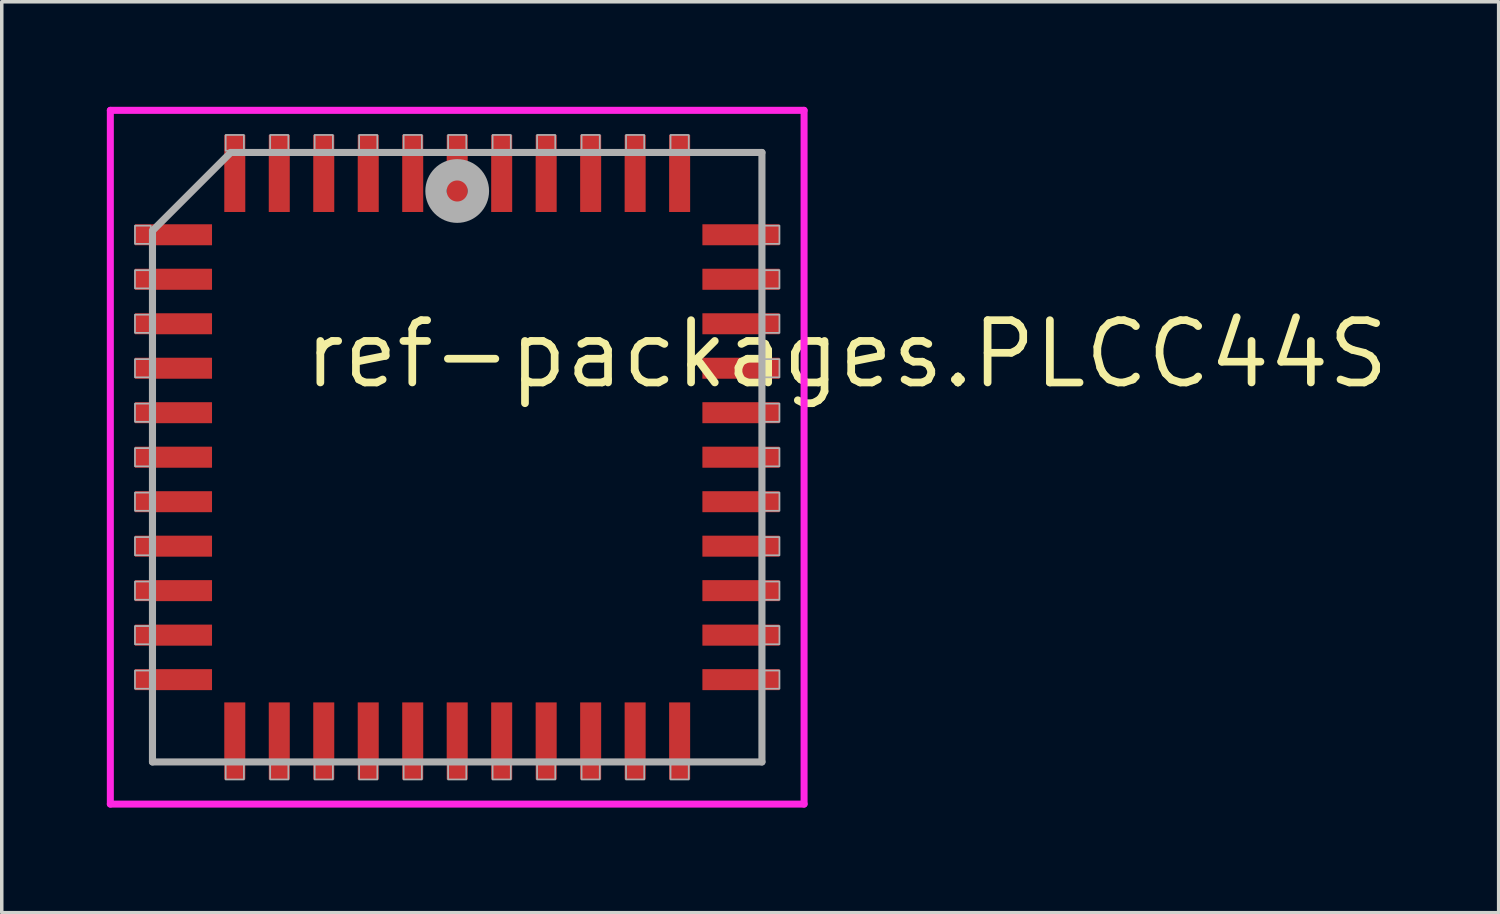
<source format=kicad_pcb>
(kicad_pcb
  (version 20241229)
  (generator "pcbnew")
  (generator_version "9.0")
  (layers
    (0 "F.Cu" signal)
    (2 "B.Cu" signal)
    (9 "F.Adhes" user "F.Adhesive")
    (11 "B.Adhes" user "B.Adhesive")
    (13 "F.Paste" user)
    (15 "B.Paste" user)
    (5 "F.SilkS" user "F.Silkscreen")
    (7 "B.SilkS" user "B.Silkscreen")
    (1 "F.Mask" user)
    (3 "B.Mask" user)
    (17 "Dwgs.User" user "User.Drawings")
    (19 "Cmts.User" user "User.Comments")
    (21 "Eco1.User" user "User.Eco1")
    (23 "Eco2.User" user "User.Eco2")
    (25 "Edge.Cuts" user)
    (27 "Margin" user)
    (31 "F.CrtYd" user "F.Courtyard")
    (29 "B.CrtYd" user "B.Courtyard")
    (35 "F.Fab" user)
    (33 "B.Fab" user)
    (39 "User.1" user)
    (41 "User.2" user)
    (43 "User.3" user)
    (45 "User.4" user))
  (footprint "ref-packages.PLCC44S"
    (layer "F.Cu")
    (at 10.003 10.003)
    (property "Reference" "ref-packages.PLCC44S" (at -4.475 -1.905 0) (layer "F.SilkS") (effects (font (size 1.778 1.778) (thickness 0.22)) (justify left bottom)))
    (attr smd)
    (fp_line (start -9.903 -9.903) (end 9.903 -9.903) (stroke (width 0.2) (type default)) (layer "F.CrtYd"))
    (fp_line (start -9.903 9.903) (end -9.903 -9.903) (stroke (width 0.2) (type default)) (layer "F.CrtYd"))
    (fp_line (start 9.903 -9.903) (end 9.903 9.903) (stroke (width 0.2) (type default)) (layer "F.CrtYd"))
    (fp_line (start 9.903 9.903) (end -9.903 9.903) (stroke (width 0.2) (type default)) (layer "F.CrtYd"))
    (fp_line (start -8.7 -6.465) (end -8.7 8.7) (stroke (width 0.203) (type default)) (layer "F.Fab"))
    (fp_line (start -8.7 8.7) (end 8.7 8.7) (stroke (width 0.203) (type default)) (layer "F.Fab"))
    (fp_line (start -6.465 -8.7) (end -8.7 -6.465) (stroke (width 0.203) (type default)) (layer "F.Fab"))
    (fp_line (start 8.7 -8.7) (end -6.465 -8.7) (stroke (width 0.203) (type default)) (layer "F.Fab"))
    (fp_line (start 8.7 8.7) (end 8.7 -8.7) (stroke (width 0.203) (type default)) (layer "F.Fab"))
    (fp_rect (start -9.2 -6.09) (end -8.75 -6.61) (stroke (width 0.05) (type default)) (fill no) (layer "F.Fab"))
    (fp_rect (start -9.2 -4.82) (end -8.75 -5.34) (stroke (width 0.05) (type default)) (fill no) (layer "F.Fab"))
    (fp_rect (start -9.2 -3.55) (end -8.75 -4.07) (stroke (width 0.05) (type default)) (fill no) (layer "F.Fab"))
    (fp_rect (start -9.2 -2.28) (end -8.75 -2.8) (stroke (width 0.05) (type default)) (fill no) (layer "F.Fab"))
    (fp_rect (start -9.2 -1.01) (end -8.75 -1.53) (stroke (width 0.05) (type default)) (fill no) (layer "F.Fab"))
    (fp_rect (start -9.2 0.26) (end -8.75 -0.26) (stroke (width 0.05) (type default)) (fill no) (layer "F.Fab"))
    (fp_rect (start -9.2 1.53) (end -8.75 1.01) (stroke (width 0.05) (type default)) (fill no) (layer "F.Fab"))
    (fp_rect (start -9.2 2.8) (end -8.75 2.28) (stroke (width 0.05) (type default)) (fill no) (layer "F.Fab"))
    (fp_rect (start -9.2 4.07) (end -8.75 3.55) (stroke (width 0.05) (type default)) (fill no) (layer "F.Fab"))
    (fp_rect (start -9.2 5.34) (end -8.75 4.82) (stroke (width 0.05) (type default)) (fill no) (layer "F.Fab"))
    (fp_rect (start -9.2 6.61) (end -8.75 6.09) (stroke (width 0.05) (type default)) (fill no) (layer "F.Fab"))
    (fp_rect (start -6.61 -8.75) (end -6.09 -9.2) (stroke (width 0.05) (type default)) (fill no) (layer "F.Fab"))
    (fp_rect (start -6.61 9.2) (end -6.09 8.75) (stroke (width 0.05) (type default)) (fill no) (layer "F.Fab"))
    (fp_rect (start -5.34 -8.75) (end -4.82 -9.2) (stroke (width 0.05) (type default)) (fill no) (layer "F.Fab"))
    (fp_rect (start -5.34 9.2) (end -4.82 8.75) (stroke (width 0.05) (type default)) (fill no) (layer "F.Fab"))
    (fp_rect (start -4.07 -8.75) (end -3.55 -9.2) (stroke (width 0.05) (type default)) (fill no) (layer "F.Fab"))
    (fp_rect (start -4.07 9.2) (end -3.55 8.75) (stroke (width 0.05) (type default)) (fill no) (layer "F.Fab"))
    (fp_rect (start -2.8 -8.75) (end -2.28 -9.2) (stroke (width 0.05) (type default)) (fill no) (layer "F.Fab"))
    (fp_rect (start -2.8 9.2) (end -2.28 8.75) (stroke (width 0.05) (type default)) (fill no) (layer "F.Fab"))
    (fp_rect (start -1.53 -8.75) (end -1.01 -9.2) (stroke (width 0.05) (type default)) (fill no) (layer "F.Fab"))
    (fp_rect (start -1.53 9.2) (end -1.01 8.75) (stroke (width 0.05) (type default)) (fill no) (layer "F.Fab"))
    (fp_rect (start -0.26 -8.75) (end 0.26 -9.2) (stroke (width 0.05) (type default)) (fill no) (layer "F.Fab"))
    (fp_rect (start -0.26 9.2) (end 0.26 8.75) (stroke (width 0.05) (type default)) (fill no) (layer "F.Fab"))
    (fp_rect (start 1.01 -8.75) (end 1.53 -9.2) (stroke (width 0.05) (type default)) (fill no) (layer "F.Fab"))
    (fp_rect (start 1.01 9.2) (end 1.53 8.75) (stroke (width 0.05) (type default)) (fill no) (layer "F.Fab"))
    (fp_rect (start 2.28 -8.75) (end 2.8 -9.2) (stroke (width 0.05) (type default)) (fill no) (layer "F.Fab"))
    (fp_rect (start 2.28 9.2) (end 2.8 8.75) (stroke (width 0.05) (type default)) (fill no) (layer "F.Fab"))
    (fp_rect (start 3.55 -8.75) (end 4.07 -9.2) (stroke (width 0.05) (type default)) (fill no) (layer "F.Fab"))
    (fp_rect (start 3.55 9.2) (end 4.07 8.75) (stroke (width 0.05) (type default)) (fill no) (layer "F.Fab"))
    (fp_rect (start 4.82 -8.75) (end 5.34 -9.2) (stroke (width 0.05) (type default)) (fill no) (layer "F.Fab"))
    (fp_rect (start 4.82 9.2) (end 5.34 8.75) (stroke (width 0.05) (type default)) (fill no) (layer "F.Fab"))
    (fp_rect (start 6.09 -8.75) (end 6.61 -9.2) (stroke (width 0.05) (type default)) (fill no) (layer "F.Fab"))
    (fp_rect (start 6.09 9.2) (end 6.61 8.75) (stroke (width 0.05) (type default)) (fill no) (layer "F.Fab"))
    (fp_rect (start 8.75 -6.09) (end 9.2 -6.61) (stroke (width 0.05) (type default)) (fill no) (layer "F.Fab"))
    (fp_rect (start 8.75 -4.82) (end 9.2 -5.34) (stroke (width 0.05) (type default)) (fill no) (layer "F.Fab"))
    (fp_rect (start 8.75 -3.55) (end 9.2 -4.07) (stroke (width 0.05) (type default)) (fill no) (layer "F.Fab"))
    (fp_rect (start 8.75 -2.28) (end 9.2 -2.8) (stroke (width 0.05) (type default)) (fill no) (layer "F.Fab"))
    (fp_rect (start 8.75 -1.01) (end 9.2 -1.53) (stroke (width 0.05) (type default)) (fill no) (layer "F.Fab"))
    (fp_rect (start 8.75 0.26) (end 9.2 -0.26) (stroke (width 0.05) (type default)) (fill no) (layer "F.Fab"))
    (fp_rect (start 8.75 1.53) (end 9.2 1.01) (stroke (width 0.05) (type default)) (fill no) (layer "F.Fab"))
    (fp_rect (start 8.75 2.8) (end 9.2 2.28) (stroke (width 0.05) (type default)) (fill no) (layer "F.Fab"))
    (fp_rect (start 8.75 4.07) (end 9.2 3.55) (stroke (width 0.05) (type default)) (fill no) (layer "F.Fab"))
    (fp_rect (start 8.75 5.34) (end 9.2 4.82) (stroke (width 0.05) (type default)) (fill no) (layer "F.Fab"))
    (fp_rect (start 8.75 6.61) (end 9.2 6.09) (stroke (width 0.05) (type default)) (fill no) (layer "F.Fab"))
    (fp_circle (center 0 -7.6) (end 0.3 -7.6) (stroke (width 0.61) (type default)) (fill no) (layer "F.Fab"))
    (pad "1" smd roundrect (at 0 -8.1) (size 0.6 2.2) (layers "F.Cu" "F.Mask" "F.Paste") (roundrect_rratio 0.01))
    (pad "2" smd roundrect (at -1.27 -8.1) (size 0.6 2.2) (layers "F.Cu" "F.Mask" "F.Paste") (roundrect_rratio 0.01))
    (pad "3" smd roundrect (at -2.54 -8.1) (size 0.6 2.2) (layers "F.Cu" "F.Mask" "F.Paste") (roundrect_rratio 0.01))
    (pad "4" smd roundrect (at -3.81 -8.1) (size 0.6 2.2) (layers "F.Cu" "F.Mask" "F.Paste") (roundrect_rratio 0.01))
    (pad "5" smd roundrect (at -5.08 -8.1) (size 0.6 2.2) (layers "F.Cu" "F.Mask" "F.Paste") (roundrect_rratio 0.01))
    (pad "6" smd roundrect (at -6.35 -8.1) (size 0.6 2.2) (layers "F.Cu" "F.Mask" "F.Paste") (roundrect_rratio 0.01))
    (pad "7" smd roundrect (at -8.1 -6.35) (size 2.2 0.6) (layers "F.Cu" "F.Mask" "F.Paste") (roundrect_rratio 0.01))
    (pad "8" smd roundrect (at -8.1 -5.08) (size 2.2 0.6) (layers "F.Cu" "F.Mask" "F.Paste") (roundrect_rratio 0.01))
    (pad "9" smd roundrect (at -8.1 -3.81) (size 2.2 0.6) (layers "F.Cu" "F.Mask" "F.Paste") (roundrect_rratio 0.01))
    (pad "10" smd roundrect (at -8.1 -2.54) (size 2.2 0.6) (layers "F.Cu" "F.Mask" "F.Paste") (roundrect_rratio 0.01))
    (pad "11" smd roundrect (at -8.1 -1.27) (size 2.2 0.6) (layers "F.Cu" "F.Mask" "F.Paste") (roundrect_rratio 0.01))
    (pad "12" smd roundrect (at -8.1 0) (size 2.2 0.6) (layers "F.Cu" "F.Mask" "F.Paste") (roundrect_rratio 0.01))
    (pad "13" smd roundrect (at -8.1 1.27) (size 2.2 0.6) (layers "F.Cu" "F.Mask" "F.Paste") (roundrect_rratio 0.01))
    (pad "14" smd roundrect (at -8.1 2.54) (size 2.2 0.6) (layers "F.Cu" "F.Mask" "F.Paste") (roundrect_rratio 0.01))
    (pad "15" smd roundrect (at -8.1 3.81) (size 2.2 0.6) (layers "F.Cu" "F.Mask" "F.Paste") (roundrect_rratio 0.01))
    (pad "16" smd roundrect (at -8.1 5.08) (size 2.2 0.6) (layers "F.Cu" "F.Mask" "F.Paste") (roundrect_rratio 0.01))
    (pad "17" smd roundrect (at -8.1 6.35) (size 2.2 0.6) (layers "F.Cu" "F.Mask" "F.Paste") (roundrect_rratio 0.01))
    (pad "18" smd roundrect (at -6.35 8.1) (size 0.6 2.2) (layers "F.Cu" "F.Mask" "F.Paste") (roundrect_rratio 0.01))
    (pad "19" smd roundrect (at -5.08 8.1) (size 0.6 2.2) (layers "F.Cu" "F.Mask" "F.Paste") (roundrect_rratio 0.01))
    (pad "20" smd roundrect (at -3.81 8.1) (size 0.6 2.2) (layers "F.Cu" "F.Mask" "F.Paste") (roundrect_rratio 0.01))
    (pad "21" smd roundrect (at -2.54 8.1) (size 0.6 2.2) (layers "F.Cu" "F.Mask" "F.Paste") (roundrect_rratio 0.01))
    (pad "22" smd roundrect (at -1.27 8.1) (size 0.6 2.2) (layers "F.Cu" "F.Mask" "F.Paste") (roundrect_rratio 0.01))
    (pad "23" smd roundrect (at 0 8.1) (size 0.6 2.2) (layers "F.Cu" "F.Mask" "F.Paste") (roundrect_rratio 0.01))
    (pad "24" smd roundrect (at 1.27 8.1) (size 0.6 2.2) (layers "F.Cu" "F.Mask" "F.Paste") (roundrect_rratio 0.01))
    (pad "25" smd roundrect (at 2.54 8.1) (size 0.6 2.2) (layers "F.Cu" "F.Mask" "F.Paste") (roundrect_rratio 0.01))
    (pad "26" smd roundrect (at 3.81 8.1) (size 0.6 2.2) (layers "F.Cu" "F.Mask" "F.Paste") (roundrect_rratio 0.01))
    (pad "27" smd roundrect (at 5.08 8.1) (size 0.6 2.2) (layers "F.Cu" "F.Mask" "F.Paste") (roundrect_rratio 0.01))
    (pad "28" smd roundrect (at 6.35 8.1) (size 0.6 2.2) (layers "F.Cu" "F.Mask" "F.Paste") (roundrect_rratio 0.01))
    (pad "29" smd roundrect (at 8.1 6.35) (size 2.2 0.6) (layers "F.Cu" "F.Mask" "F.Paste") (roundrect_rratio 0.01))
    (pad "30" smd roundrect (at 8.1 5.08) (size 2.2 0.6) (layers "F.Cu" "F.Mask" "F.Paste") (roundrect_rratio 0.01))
    (pad "31" smd roundrect (at 8.1 3.81) (size 2.2 0.6) (layers "F.Cu" "F.Mask" "F.Paste") (roundrect_rratio 0.01))
    (pad "32" smd roundrect (at 8.1 2.54) (size 2.2 0.6) (layers "F.Cu" "F.Mask" "F.Paste") (roundrect_rratio 0.01))
    (pad "33" smd roundrect (at 8.1 1.27) (size 2.2 0.6) (layers "F.Cu" "F.Mask" "F.Paste") (roundrect_rratio 0.01))
    (pad "34" smd roundrect (at 8.1 0) (size 2.2 0.6) (layers "F.Cu" "F.Mask" "F.Paste") (roundrect_rratio 0.01))
    (pad "35" smd roundrect (at 8.1 -1.27) (size 2.2 0.6) (layers "F.Cu" "F.Mask" "F.Paste") (roundrect_rratio 0.01))
    (pad "36" smd roundrect (at 8.1 -2.54) (size 2.2 0.6) (layers "F.Cu" "F.Mask" "F.Paste") (roundrect_rratio 0.01))
    (pad "37" smd roundrect (at 8.1 -3.81) (size 2.2 0.6) (layers "F.Cu" "F.Mask" "F.Paste") (roundrect_rratio 0.01))
    (pad "38" smd roundrect (at 8.1 -5.08) (size 2.2 0.6) (layers "F.Cu" "F.Mask" "F.Paste") (roundrect_rratio 0.01))
    (pad "39" smd roundrect (at 8.1 -6.35) (size 2.2 0.6) (layers "F.Cu" "F.Mask" "F.Paste") (roundrect_rratio 0.01))
    (pad "40" smd roundrect (at 6.35 -8.1) (size 0.6 2.2) (layers "F.Cu" "F.Mask" "F.Paste") (roundrect_rratio 0.01))
    (pad "41" smd roundrect (at 5.08 -8.1) (size 0.6 2.2) (layers "F.Cu" "F.Mask" "F.Paste") (roundrect_rratio 0.01))
    (pad "42" smd roundrect (at 3.81 -8.1) (size 0.6 2.2) (layers "F.Cu" "F.Mask" "F.Paste") (roundrect_rratio 0.01))
    (pad "43" smd roundrect (at 2.54 -8.1) (size 0.6 2.2) (layers "F.Cu" "F.Mask" "F.Paste") (roundrect_rratio 0.01))
    (pad "44" smd roundrect (at 1.27 -8.1) (size 0.6 2.2) (layers "F.Cu" "F.Mask" "F.Paste") (roundrect_rratio 0.01)))
  (gr_rect
    (start -3 -3)
    (end 39.736 23.006)
    (stroke (width 0.1) (type default))
    (fill no)
    (layer "Edge.Cuts")))
</source>
